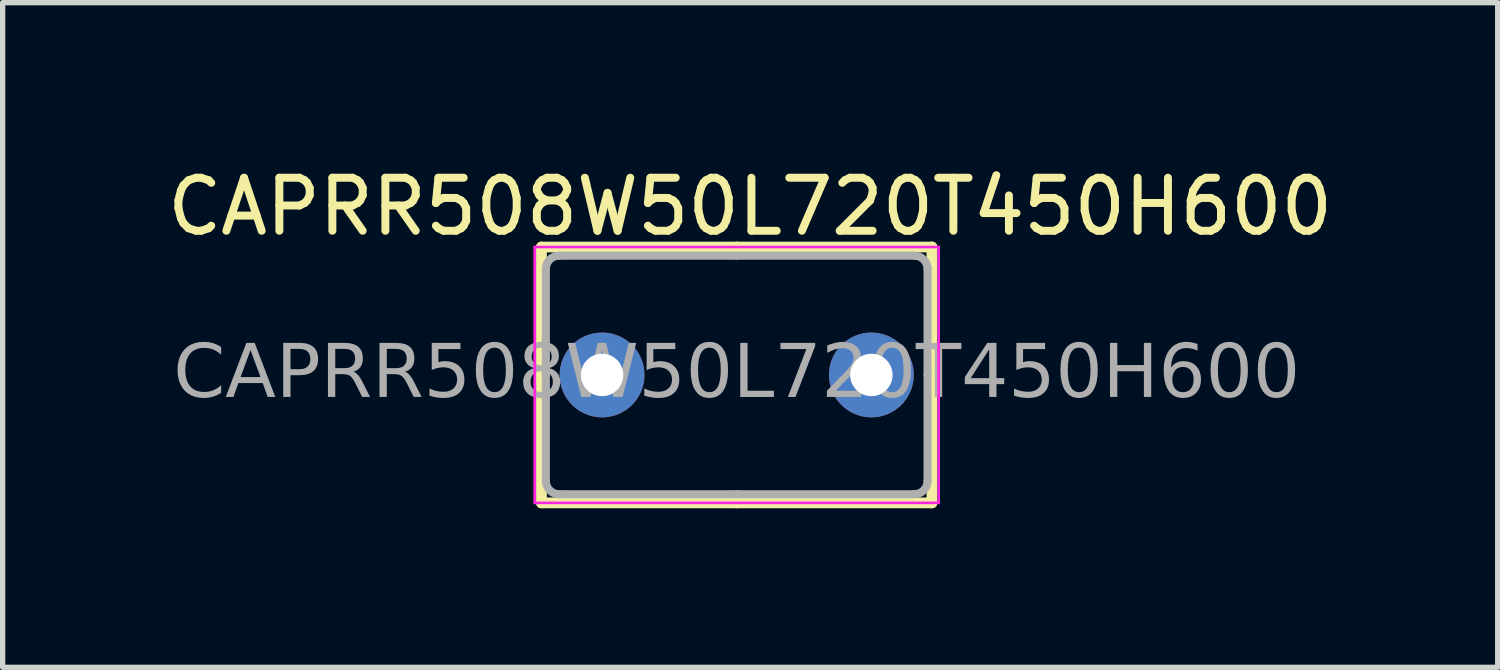
<source format=kicad_pcb>
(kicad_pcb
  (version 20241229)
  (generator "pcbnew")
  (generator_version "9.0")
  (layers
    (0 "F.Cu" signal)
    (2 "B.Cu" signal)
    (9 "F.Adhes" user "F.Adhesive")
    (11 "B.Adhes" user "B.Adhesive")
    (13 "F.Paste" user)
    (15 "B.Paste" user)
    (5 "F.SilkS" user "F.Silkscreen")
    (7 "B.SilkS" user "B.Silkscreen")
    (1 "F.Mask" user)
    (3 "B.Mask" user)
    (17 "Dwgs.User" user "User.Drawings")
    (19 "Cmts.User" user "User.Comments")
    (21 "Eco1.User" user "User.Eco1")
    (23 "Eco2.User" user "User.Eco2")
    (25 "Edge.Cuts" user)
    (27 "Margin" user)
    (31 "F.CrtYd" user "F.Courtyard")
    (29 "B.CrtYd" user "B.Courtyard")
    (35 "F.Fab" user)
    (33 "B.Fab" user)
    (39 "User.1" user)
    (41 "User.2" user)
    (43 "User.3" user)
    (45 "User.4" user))
  (footprint "CAPRR508W50L720T450H600"
    (layer "F.Cu")
    (at 10.847 4.023)
    (property "Reference" "CAPRR508W50L720T450H600" (at 0.254 -3.175 0) (layer "F.SilkS") (effects (font (size 1 1) (thickness 0.15))))
    (attr through_hole)
    (fp_line (start -3.683 -2.413) (end -3.683 0) (stroke (width 0.203) (type default)) (layer "F.SilkS"))
    (fp_line (start -3.683 -2.413) (end 0 -2.413) (stroke (width 0.203) (type solid)) (layer "F.SilkS"))
    (fp_line (start -3.683 2.413) (end -3.683 0) (stroke (width 0.203) (type default)) (layer "F.SilkS"))
    (fp_line (start -3.683 2.413) (end 0 2.413) (stroke (width 0.203) (type solid)) (layer "F.SilkS"))
    (fp_line (start 3.683 -2.413) (end 0 -2.413) (stroke (width 0.203) (type solid)) (layer "F.SilkS"))
    (fp_line (start 3.683 -2.413) (end 3.683 0) (stroke (width 0.203) (type default)) (layer "F.SilkS"))
    (fp_line (start 3.683 2.413) (end 0 2.413) (stroke (width 0.203) (type solid)) (layer "F.SilkS"))
    (fp_line (start 3.683 2.413) (end 3.683 0) (stroke (width 0.203) (type default)) (layer "F.SilkS"))
    (fp_line (start -3.81 -2.413) (end -3.81 2.413) (stroke (width 0.05) (type solid)) (layer "F.CrtYd"))
    (fp_line (start -3.81 2.413) (end 3.81 2.413) (stroke (width 0.05) (type solid)) (layer "F.CrtYd"))
    (fp_line (start 3.81 -2.413) (end -3.81 -2.413) (stroke (width 0.05) (type solid)) (layer "F.CrtYd"))
    (fp_line (start 3.81 2.413) (end 3.81 -2.413) (stroke (width 0.05) (type solid)) (layer "F.CrtYd"))
    (fp_line (start -3.6 -2) (end -3.6 0) (stroke (width 0.152) (type solid)) (layer "F.Fab"))
    (fp_line (start -3.6 2) (end -3.6 0) (stroke (width 0.152) (type solid)) (layer "F.Fab"))
    (fp_line (start 0 -2.25) (end -3.35 -2.25) (stroke (width 0.152) (type solid)) (layer "F.Fab"))
    (fp_line (start 0 -2.25) (end 3.35 -2.25) (stroke (width 0.152) (type solid)) (layer "F.Fab"))
    (fp_line (start 0 2.25) (end -3.35 2.25) (stroke (width 0.152) (type solid)) (layer "F.Fab"))
    (fp_line (start 0 2.25) (end 3.35 2.25) (stroke (width 0.152) (type solid)) (layer "F.Fab"))
    (fp_line (start 3.6 -2) (end 3.6 0) (stroke (width 0.152) (type solid)) (layer "F.Fab"))
    (fp_line (start 3.6 2) (end 3.6 0) (stroke (width 0.152) (type solid)) (layer "F.Fab"))
    (fp_arc (start -3.6 -2) (mid -3.526777 -2.176777) (end -3.35 -2.25) (stroke (width 0.1524) (type default)) (layer "F.Fab"))
    (fp_arc (start -3.35 2.25) (mid -3.526777 2.176777) (end -3.6 2) (stroke (width 0.1524) (type default)) (layer "F.Fab"))
    (fp_arc (start 3.35 -2.25) (mid 3.526777 -2.176777) (end 3.6 -2) (stroke (width 0.1524) (type default)) (layer "F.Fab"))
    (fp_arc (start 3.6 2) (mid 3.526777 2.176777) (end 3.35 2.25) (stroke (width 0.1524) (type default)) (layer "F.Fab"))
    (fp_text user "${REFERENCE}" (at 0 0 0) (layer "F.Fab") (effects (font (face "Tahoma") (size 1 1) (thickness 0.15))))
    (pad "1" thru_hole circle (at -2.54 0) (size 1.6 1.6) (drill 0.8) (layers "*.Cu" "*.Mask"))
    (pad "2" thru_hole circle (at 2.54 0) (size 1.6 1.6) (drill 0.8) (layers "*.Cu" "*.Mask")))
  (gr_rect
    (start -3 -3)
    (end 25.202 9.538)
    (stroke (width 0.1) (type default))
    (fill no)
    (layer "Edge.Cuts")))
</source>
